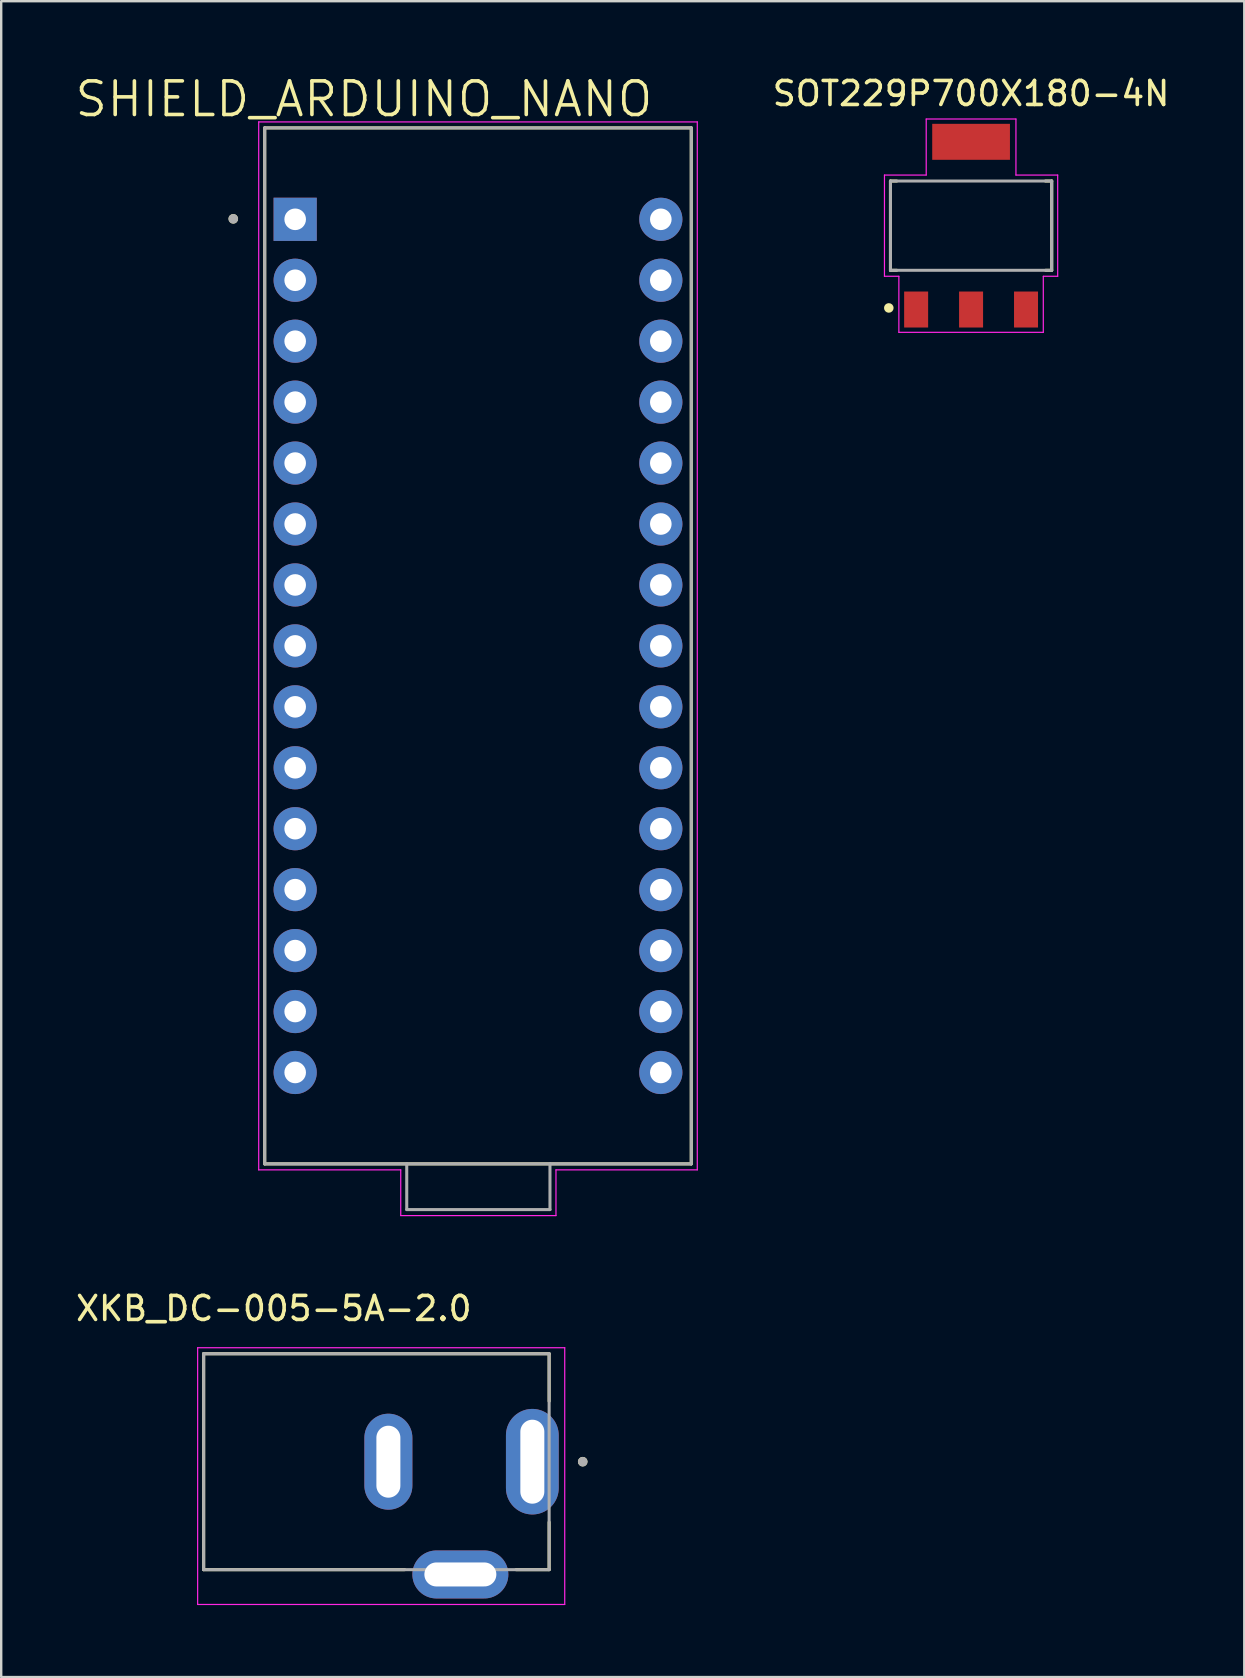
<source format=kicad_pcb>
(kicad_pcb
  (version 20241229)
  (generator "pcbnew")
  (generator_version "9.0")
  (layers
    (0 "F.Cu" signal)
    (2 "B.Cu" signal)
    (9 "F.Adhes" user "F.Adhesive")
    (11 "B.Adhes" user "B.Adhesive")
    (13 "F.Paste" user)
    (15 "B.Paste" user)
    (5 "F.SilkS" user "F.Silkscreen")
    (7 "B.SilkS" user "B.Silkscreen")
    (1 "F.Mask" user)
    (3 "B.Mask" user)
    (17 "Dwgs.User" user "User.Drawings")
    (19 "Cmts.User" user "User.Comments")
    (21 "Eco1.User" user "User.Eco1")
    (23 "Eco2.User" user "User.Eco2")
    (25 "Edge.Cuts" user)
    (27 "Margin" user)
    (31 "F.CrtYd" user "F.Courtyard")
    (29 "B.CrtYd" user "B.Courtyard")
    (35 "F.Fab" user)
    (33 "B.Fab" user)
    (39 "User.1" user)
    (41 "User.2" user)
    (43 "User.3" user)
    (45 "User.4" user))
  (footprint "SHIELD_ARDUINO_NANO"
    (layer "F.Cu")
    (at 16.873 23.871)
    (property "Reference" "SHIELD_ARDUINO_NANO" (at -4.755 -22.789 0) (layer "F.SilkS") (effects (font (size 1.4 1.4) (thickness 0.15))))
    (attr through_hole)
    (fp_line (start -8.89 -21.59) (end 8.89 -21.59) (stroke (width 0.127) (type solid)) (layer "F.SilkS"))
    (fp_line (start -8.89 21.59) (end -8.89 -21.59) (stroke (width 0.127) (type solid)) (layer "F.SilkS"))
    (fp_line (start 8.89 -21.59) (end 8.89 21.59) (stroke (width 0.127) (type solid)) (layer "F.SilkS"))
    (fp_line (start 8.89 21.59) (end -8.89 21.59) (stroke (width 0.127) (type solid)) (layer "F.SilkS"))
    (fp_circle (center -10.2 -17.8) (end -10.1 -17.8) (stroke (width 0.2) (type solid)) (fill no) (layer "F.SilkS"))
    (fp_line (start -9.14 -21.84) (end 9.14 -21.84) (stroke (width 0.05) (type solid)) (layer "F.CrtYd"))
    (fp_line (start -9.14 21.84) (end -9.14 -21.84) (stroke (width 0.05) (type solid)) (layer "F.CrtYd"))
    (fp_line (start -9.14 21.84) (end -3.22 21.84) (stroke (width 0.05) (type solid)) (layer "F.CrtYd"))
    (fp_line (start -3.22 21.84) (end -3.22 23.745) (stroke (width 0.05) (type solid)) (layer "F.CrtYd"))
    (fp_line (start -3.22 23.745) (end 3.25 23.745) (stroke (width 0.05) (type solid)) (layer "F.CrtYd"))
    (fp_line (start 3.25 21.84) (end 9.14 21.84) (stroke (width 0.05) (type solid)) (layer "F.CrtYd"))
    (fp_line (start 3.25 23.745) (end 3.25 21.84) (stroke (width 0.05) (type solid)) (layer "F.CrtYd"))
    (fp_line (start 9.14 -21.84) (end 9.14 21.84) (stroke (width 0.05) (type solid)) (layer "F.CrtYd"))
    (fp_line (start -8.89 -21.59) (end 8.89 -21.59) (stroke (width 0.127) (type solid)) (layer "F.Fab"))
    (fp_line (start -8.89 21.59) (end -8.89 -21.59) (stroke (width 0.127) (type solid)) (layer "F.Fab"))
    (fp_line (start -2.97 21.59) (end -8.89 21.59) (stroke (width 0.127) (type solid)) (layer "F.Fab"))
    (fp_line (start -2.97 21.59) (end -2.97 23.495) (stroke (width 0.127) (type solid)) (layer "F.Fab"))
    (fp_line (start -2.97 23.495) (end 3 23.495) (stroke (width 0.127) (type solid)) (layer "F.Fab"))
    (fp_line (start 3 21.59) (end -2.97 21.59) (stroke (width 0.127) (type solid)) (layer "F.Fab"))
    (fp_line (start 3 23.495) (end 3 21.59) (stroke (width 0.127) (type solid)) (layer "F.Fab"))
    (fp_line (start 8.89 -21.59) (end 8.89 21.59) (stroke (width 0.127) (type solid)) (layer "F.Fab"))
    (fp_line (start 8.89 21.59) (end 3 21.59) (stroke (width 0.127) (type solid)) (layer "F.Fab"))
    (fp_circle (center -10.2 -17.8) (end -10.1 -17.8) (stroke (width 0.2) (type solid)) (fill no) (layer "F.Fab"))
    (pad "1" thru_hole rect (at -7.62 -17.78) (size 1.8 1.8) (drill 0.9) (layers "*.Cu" "*.Mask"))
    (pad "2" thru_hole circle (at -7.62 -15.24) (size 1.8 1.8) (drill 0.9) (layers "*.Cu" "*.Mask"))
    (pad "3" thru_hole circle (at -7.62 -12.7) (size 1.8 1.8) (drill 0.9) (layers "*.Cu" "*.Mask"))
    (pad "4" thru_hole circle (at -7.62 -10.16) (size 1.8 1.8) (drill 0.9) (layers "*.Cu" "*.Mask"))
    (pad "5" thru_hole circle (at -7.62 -7.62) (size 1.8 1.8) (drill 0.9) (layers "*.Cu" "*.Mask"))
    (pad "6" thru_hole circle (at -7.62 -5.08) (size 1.8 1.8) (drill 0.9) (layers "*.Cu" "*.Mask"))
    (pad "7" thru_hole circle (at -7.62 -2.54) (size 1.8 1.8) (drill 0.9) (layers "*.Cu" "*.Mask"))
    (pad "8" thru_hole circle (at -7.62 0) (size 1.8 1.8) (drill 0.9) (layers "*.Cu" "*.Mask"))
    (pad "9" thru_hole circle (at -7.62 2.54) (size 1.8 1.8) (drill 0.9) (layers "*.Cu" "*.Mask"))
    (pad "10" thru_hole circle (at -7.62 5.08) (size 1.8 1.8) (drill 0.9) (layers "*.Cu" "*.Mask"))
    (pad "11" thru_hole circle (at -7.62 7.62) (size 1.8 1.8) (drill 0.9) (layers "*.Cu" "*.Mask"))
    (pad "12" thru_hole circle (at -7.62 10.16) (size 1.8 1.8) (drill 0.9) (layers "*.Cu" "*.Mask"))
    (pad "13" thru_hole circle (at -7.62 12.7) (size 1.8 1.8) (drill 0.9) (layers "*.Cu" "*.Mask"))
    (pad "14" thru_hole circle (at -7.62 15.24) (size 1.8 1.8) (drill 0.9) (layers "*.Cu" "*.Mask"))
    (pad "15" thru_hole circle (at -7.62 17.78) (size 1.8 1.8) (drill 0.9) (layers "*.Cu" "*.Mask"))
    (pad "16" thru_hole circle (at 7.62 17.78) (size 1.8 1.8) (drill 0.9) (layers "*.Cu" "*.Mask"))
    (pad "17" thru_hole circle (at 7.62 15.24) (size 1.8 1.8) (drill 0.9) (layers "*.Cu" "*.Mask"))
    (pad "18" thru_hole circle (at 7.62 12.7) (size 1.8 1.8) (drill 0.9) (layers "*.Cu" "*.Mask"))
    (pad "19" thru_hole circle (at 7.62 10.16) (size 1.8 1.8) (drill 0.9) (layers "*.Cu" "*.Mask"))
    (pad "20" thru_hole circle (at 7.62 7.62) (size 1.8 1.8) (drill 0.9) (layers "*.Cu" "*.Mask"))
    (pad "21" thru_hole circle (at 7.62 5.08) (size 1.8 1.8) (drill 0.9) (layers "*.Cu" "*.Mask"))
    (pad "22" thru_hole circle (at 7.62 2.54) (size 1.8 1.8) (drill 0.9) (layers "*.Cu" "*.Mask"))
    (pad "23" thru_hole circle (at 7.62 0) (size 1.8 1.8) (drill 0.9) (layers "*.Cu" "*.Mask"))
    (pad "24" thru_hole circle (at 7.62 -2.54) (size 1.8 1.8) (drill 0.9) (layers "*.Cu" "*.Mask"))
    (pad "25" thru_hole circle (at 7.62 -5.08) (size 1.8 1.8) (drill 0.9) (layers "*.Cu" "*.Mask"))
    (pad "26" thru_hole circle (at 7.62 -7.62) (size 1.8 1.8) (drill 0.9) (layers "*.Cu" "*.Mask"))
    (pad "27" thru_hole circle (at 7.62 -10.16) (size 1.8 1.8) (drill 0.9) (layers "*.Cu" "*.Mask"))
    (pad "28" thru_hole circle (at 7.62 -12.7) (size 1.8 1.8) (drill 0.9) (layers "*.Cu" "*.Mask"))
    (pad "29" thru_hole circle (at 7.62 -15.24) (size 1.8 1.8) (drill 0.9) (layers "*.Cu" "*.Mask"))
    (pad "30" thru_hole circle (at 7.62 -17.78) (size 1.8 1.8) (drill 0.9) (layers "*.Cu" "*.Mask")))
  (footprint "XKB_DC-005-5A-2.0"
    (layer "F.Cu")
    (at 13.138 57.874)
    (property "Reference" "XKB_DC-005-5A-2.0" (at -4.775 -6.385 0) (layer "F.SilkS") (effects (font (size 1 1) (thickness 0.15))))
    (attr through_hole)
    (fp_line (start -7.7 -4.5) (end 6.7 -4.5) (stroke (width 0.127) (type solid)) (layer "F.SilkS"))
    (fp_line (start -7.7 4.5) (end -7.7 -4.5) (stroke (width 0.127) (type solid)) (layer "F.SilkS"))
    (fp_line (start 0.68 4.5) (end -7.7 4.5) (stroke (width 0.127) (type solid)) (layer "F.SilkS"))
    (fp_line (start 6.7 -4.5) (end 6.7 -2.52) (stroke (width 0.127) (type solid)) (layer "F.SilkS"))
    (fp_line (start 6.7 4.5) (end 5.32 4.5) (stroke (width 0.127) (type solid)) (layer "F.SilkS"))
    (fp_line (start 6.7 4.5) (end 6.7 2.52) (stroke (width 0.127) (type solid)) (layer "F.SilkS"))
    (fp_circle (center 8.1 0) (end 8.2 0) (stroke (width 0.2) (type solid)) (fill no) (layer "F.SilkS"))
    (fp_line (start -7.95 -4.75) (end -7.95 5.95) (stroke (width 0.05) (type solid)) (layer "F.CrtYd"))
    (fp_line (start -7.95 5.95) (end 7.35 5.95) (stroke (width 0.05) (type solid)) (layer "F.CrtYd"))
    (fp_line (start 7.35 -4.75) (end -7.95 -4.75) (stroke (width 0.05) (type solid)) (layer "F.CrtYd"))
    (fp_line (start 7.35 5.95) (end 7.35 -4.75) (stroke (width 0.05) (type solid)) (layer "F.CrtYd"))
    (fp_line (start -7.7 -4.5) (end 6.7 -4.5) (stroke (width 0.127) (type solid)) (layer "F.Fab"))
    (fp_line (start -7.7 4.5) (end -7.7 -4.5) (stroke (width 0.127) (type solid)) (layer "F.Fab"))
    (fp_line (start 6.7 -4.5) (end 6.7 4.5) (stroke (width 0.127) (type solid)) (layer "F.Fab"))
    (fp_line (start 6.7 4.5) (end -7.7 4.5) (stroke (width 0.127) (type solid)) (layer "F.Fab"))
    (fp_circle (center 8.1 0) (end 8.2 0) (stroke (width 0.2) (type solid)) (fill no) (layer "F.Fab"))
    (pad "1" thru_hole oval (at 6 0) (size 2.2 4.4) (drill oval 1 3.5) (layers "*.Cu" "*.Mask"))
    (pad "2" thru_hole oval (at 0 0) (size 2 4) (drill oval 1 3) (layers "*.Cu" "*.Mask"))
    (pad "3" thru_hole oval (at 3 4.7) (size 4 2) (drill oval 3 1) (layers "*.Cu" "*.Mask")))
  (footprint "SOT229P700X180-4N"
    (layer "F.Cu")
    (at 37.425 6.356)
    (property "Reference" "SOT229P700X180-4N" (at 0 -5.508 0) (layer "F.SilkS") (effects (font (size 1 1) (thickness 0.15))))
    (attr smd)
    (fp_line (start -3.36 1.86) (end -3.36 -1.86) (stroke (width 0.127) (type solid)) (layer "F.SilkS"))
    (fp_line (start -3.36 1.86) (end -3.1 1.86) (stroke (width 0.127) (type solid)) (layer "F.SilkS"))
    (fp_line (start -3.1 -1.86) (end -3.36 -1.86) (stroke (width 0.127) (type solid)) (layer "F.SilkS"))
    (fp_line (start 3.11 1.86) (end 3.36 1.86) (stroke (width 0.127) (type solid)) (layer "F.SilkS"))
    (fp_line (start 3.36 -1.86) (end 3.1 -1.86) (stroke (width 0.127) (type solid)) (layer "F.SilkS"))
    (fp_line (start 3.36 1.86) (end 3.36 -1.86) (stroke (width 0.127) (type solid)) (layer "F.SilkS"))
    (fp_circle (center -3.429 3.429) (end -3.329 3.429) (stroke (width 0.2) (type solid)) (fill no) (layer "F.SilkS"))
    (fp_line (start -3.61 -2.11) (end -3.61 2.11) (stroke (width 0.05) (type solid)) (layer "F.CrtYd"))
    (fp_line (start -3.61 2.11) (end -3.01 2.11) (stroke (width 0.05) (type solid)) (layer "F.CrtYd"))
    (fp_line (start -3.01 2.11) (end -3.01 4.445) (stroke (width 0.05) (type solid)) (layer "F.CrtYd"))
    (fp_line (start -3.01 4.445) (end 3.01 4.445) (stroke (width 0.05) (type solid)) (layer "F.CrtYd"))
    (fp_line (start -1.87 -4.445) (end -1.87 -2.11) (stroke (width 0.05) (type solid)) (layer "F.CrtYd"))
    (fp_line (start -1.87 -2.11) (end -3.61 -2.11) (stroke (width 0.05) (type solid)) (layer "F.CrtYd"))
    (fp_line (start 1.87 -4.445) (end -1.87 -4.445) (stroke (width 0.05) (type solid)) (layer "F.CrtYd"))
    (fp_line (start 1.87 -2.11) (end 1.87 -4.445) (stroke (width 0.05) (type solid)) (layer "F.CrtYd"))
    (fp_line (start 3.01 2.11) (end 3.61 2.11) (stroke (width 0.05) (type solid)) (layer "F.CrtYd"))
    (fp_line (start 3.01 4.445) (end 3.01 2.11) (stroke (width 0.05) (type solid)) (layer "F.CrtYd"))
    (fp_line (start 3.61 -2.11) (end 1.87 -2.11) (stroke (width 0.05) (type solid)) (layer "F.CrtYd"))
    (fp_line (start 3.61 2.11) (end 3.61 -2.11) (stroke (width 0.05) (type solid)) (layer "F.CrtYd"))
    (fp_line (start -3.36 -1.86) (end 3.36 -1.86) (stroke (width 0.127) (type solid)) (layer "F.Fab"))
    (fp_line (start -3.36 1.86) (end -3.36 -1.86) (stroke (width 0.127) (type solid)) (layer "F.Fab"))
    (fp_line (start 3.36 -1.86) (end 3.36 1.86) (stroke (width 0.127) (type solid)) (layer "F.Fab"))
    (fp_line (start 3.36 1.86) (end -3.36 1.86) (stroke (width 0.127) (type solid)) (layer "F.Fab"))
    (pad "1" smd rect (at -2.29 3.495) (size 1 1.5) (layers "F.Cu" "F.Mask" "F.Paste"))
    (pad "2" smd rect (at 0 3.495) (size 1 1.5) (layers "F.Cu" "F.Mask" "F.Paste"))
    (pad "3" smd rect (at 2.29 3.495) (size 1 1.5) (layers "F.Cu" "F.Mask" "F.Paste"))
    (pad "4" smd rect (at 0 -3.495) (size 3.24 1.5) (layers "F.Cu" "F.Mask" "F.Paste")))
  (gr_rect
    (start -3 -3)
    (end 48.812 66.85)
    (stroke (width 0.1) (type default))
    (fill no)
    (layer "Edge.Cuts")))
</source>
